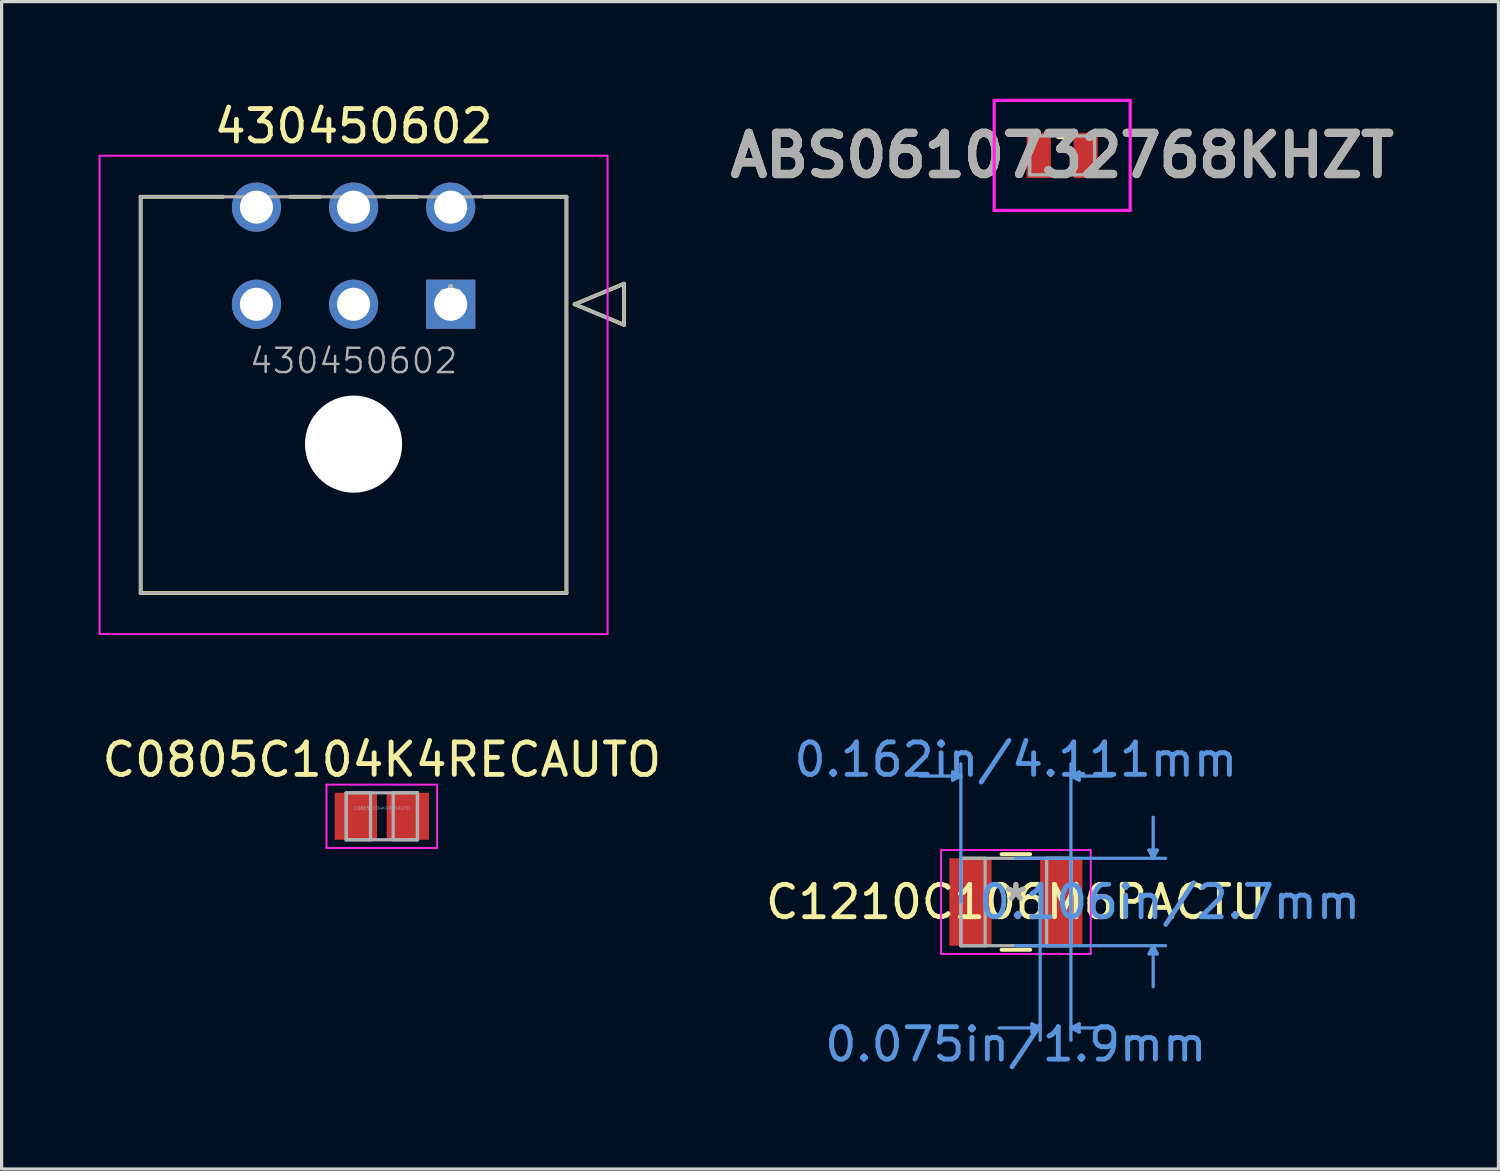
<source format=kicad_pcb>
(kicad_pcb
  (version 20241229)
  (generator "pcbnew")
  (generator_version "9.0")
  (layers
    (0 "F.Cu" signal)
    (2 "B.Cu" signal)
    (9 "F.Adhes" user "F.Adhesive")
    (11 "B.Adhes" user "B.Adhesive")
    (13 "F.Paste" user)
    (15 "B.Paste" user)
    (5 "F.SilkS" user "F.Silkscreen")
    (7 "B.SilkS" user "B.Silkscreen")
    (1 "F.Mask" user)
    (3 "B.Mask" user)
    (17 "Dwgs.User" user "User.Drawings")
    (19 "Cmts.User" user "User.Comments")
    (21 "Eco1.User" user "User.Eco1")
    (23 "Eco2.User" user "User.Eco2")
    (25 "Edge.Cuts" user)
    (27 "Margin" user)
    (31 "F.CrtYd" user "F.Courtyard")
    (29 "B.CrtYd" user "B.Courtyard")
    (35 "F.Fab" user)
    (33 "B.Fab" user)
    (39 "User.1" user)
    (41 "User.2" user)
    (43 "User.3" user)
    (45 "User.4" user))
  (footprint "ABS0610732768KHZT"
    (layer "F.Cu")
    (at 29.757 1.75)
    (property "Reference" "ABS0610732768KHZT" (at 0 0 0) (layer "F.SilkS") (effects (font (size 1.27 1.27) (thickness 0.254))))
    (attr smd)
    (fp_line (start -0.1 -0.6) (end 0.1 -0.6) (stroke (width 0.2) (type solid)) (layer "F.SilkS"))
    (fp_line (start -0.1 0.6) (end 0.1 0.6) (stroke (width 0.2) (type solid)) (layer "F.SilkS"))
    (fp_line (start -2.1 -1.7) (end 2.1 -1.7) (stroke (width 0.1) (type solid)) (layer "F.CrtYd"))
    (fp_line (start -2.1 1.7) (end -2.1 -1.7) (stroke (width 0.1) (type solid)) (layer "F.CrtYd"))
    (fp_line (start 2.1 -1.7) (end 2.1 1.7) (stroke (width 0.1) (type solid)) (layer "F.CrtYd"))
    (fp_line (start 2.1 1.7) (end -2.1 1.7) (stroke (width 0.1) (type solid)) (layer "F.CrtYd"))
    (fp_line (start -1 -0.6) (end 1 -0.6) (stroke (width 0.1) (type solid)) (layer "F.Fab"))
    (fp_line (start -1 0.6) (end -1 -0.6) (stroke (width 0.1) (type solid)) (layer "F.Fab"))
    (fp_line (start 1 -0.6) (end 1 0.6) (stroke (width 0.1) (type solid)) (layer "F.Fab"))
    (fp_line (start 1 0.6) (end -1 0.6) (stroke (width 0.1) (type solid)) (layer "F.Fab"))
    (fp_text user "${REFERENCE}" (at 0 0 0) (layer "F.Fab") (effects (font (size 1.27 1.27) (thickness 0.254))))
    (pad "1" smd rect (at -0.725 0) (size 0.75 1.4) (layers "F.Cu" "F.Mask" "F.Paste"))
    (pad "2" smd rect (at 0.725 0) (size 0.75 1.4) (layers "F.Cu" "F.Mask" "F.Paste")))
  (footprint "C1210C106M6PACTU"
    (layer "F.Cu")
    (at 28.327 24.809)
    (property "Reference" "C1210C106M6PACTU" (at 0 0 0) (layer "F.SilkS") (effects (font (size 1 1) (thickness 0.15))))
    (attr through_hole)
    (fp_line (start -0.442 1.477) (end 0.442 1.477) (stroke (width 0.12) (type solid)) (layer "F.SilkS"))
    (fp_line (start 0.442 -1.477) (end -0.442 -1.477) (stroke (width 0.12) (type solid)) (layer "F.SilkS"))
    (fp_line (start -1.954 -4.017) (end -1.954 -3.763) (stroke (width 0.1) (type solid)) (layer "Cmts.User"))
    (fp_line (start -1.7 -3.89) (end -2.97 -3.89) (stroke (width 0.1) (type solid)) (layer "Cmts.User"))
    (fp_line (start -1.7 -3.89) (end -1.954 -4.017) (stroke (width 0.1) (type solid)) (layer "Cmts.User"))
    (fp_line (start -1.7 -3.89) (end -1.954 -3.763) (stroke (width 0.1) (type solid)) (layer "Cmts.User"))
    (fp_line (start -1.7 0) (end -1.7 -4.271) (stroke (width 0.1) (type solid)) (layer "Cmts.User"))
    (fp_line (start 0 -1.35) (end 4.621 -1.35) (stroke (width 0.1) (type solid)) (layer "Cmts.User"))
    (fp_line (start 0 1.35) (end 4.621 1.35) (stroke (width 0.1) (type solid)) (layer "Cmts.User"))
    (fp_line (start 0.496 3.763) (end 0.496 4.017) (stroke (width 0.1) (type solid)) (layer "Cmts.User"))
    (fp_line (start 0.75 0) (end 0.75 4.271) (stroke (width 0.1) (type solid)) (layer "Cmts.User"))
    (fp_line (start 0.75 3.89) (end -0.52 3.89) (stroke (width 0.1) (type solid)) (layer "Cmts.User"))
    (fp_line (start 0.75 3.89) (end 0.496 3.763) (stroke (width 0.1) (type solid)) (layer "Cmts.User"))
    (fp_line (start 0.75 3.89) (end 0.496 4.017) (stroke (width 0.1) (type solid)) (layer "Cmts.User"))
    (fp_line (start 1.7 -3.89) (end 1.954 -4.017) (stroke (width 0.1) (type solid)) (layer "Cmts.User"))
    (fp_line (start 1.7 -3.89) (end 1.954 -3.763) (stroke (width 0.1) (type solid)) (layer "Cmts.User"))
    (fp_line (start 1.7 -3.89) (end 2.97 -3.89) (stroke (width 0.1) (type solid)) (layer "Cmts.User"))
    (fp_line (start 1.7 0) (end 1.7 -4.271) (stroke (width 0.1) (type solid)) (layer "Cmts.User"))
    (fp_line (start 1.7 0) (end 1.7 4.271) (stroke (width 0.1) (type solid)) (layer "Cmts.User"))
    (fp_line (start 1.7 3.89) (end 1.954 3.763) (stroke (width 0.1) (type solid)) (layer "Cmts.User"))
    (fp_line (start 1.7 3.89) (end 1.954 4.017) (stroke (width 0.1) (type solid)) (layer "Cmts.User"))
    (fp_line (start 1.7 3.89) (end 2.97 3.89) (stroke (width 0.1) (type solid)) (layer "Cmts.User"))
    (fp_line (start 1.954 -4.017) (end 1.954 -3.763) (stroke (width 0.1) (type solid)) (layer "Cmts.User"))
    (fp_line (start 1.954 3.763) (end 1.954 4.017) (stroke (width 0.1) (type solid)) (layer "Cmts.User"))
    (fp_line (start 4.113 -1.604) (end 4.367 -1.604) (stroke (width 0.1) (type solid)) (layer "Cmts.User"))
    (fp_line (start 4.113 1.604) (end 4.367 1.604) (stroke (width 0.1) (type solid)) (layer "Cmts.User"))
    (fp_line (start 4.24 -1.35) (end 4.113 -1.604) (stroke (width 0.1) (type solid)) (layer "Cmts.User"))
    (fp_line (start 4.24 -1.35) (end 4.24 -2.62) (stroke (width 0.1) (type solid)) (layer "Cmts.User"))
    (fp_line (start 4.24 -1.35) (end 4.367 -1.604) (stroke (width 0.1) (type solid)) (layer "Cmts.User"))
    (fp_line (start 4.24 1.35) (end 4.113 1.604) (stroke (width 0.1) (type solid)) (layer "Cmts.User"))
    (fp_line (start 4.24 1.35) (end 4.24 2.62) (stroke (width 0.1) (type solid)) (layer "Cmts.User"))
    (fp_line (start 4.24 1.35) (end 4.367 1.604) (stroke (width 0.1) (type solid)) (layer "Cmts.User"))
    (fp_line (start -2.31 -1.604) (end 2.31 -1.604) (stroke (width 0.05) (type solid)) (layer "F.CrtYd"))
    (fp_line (start -2.31 -1.604) (end 2.31 -1.604) (stroke (width 0.05) (type solid)) (layer "F.CrtYd"))
    (fp_line (start -2.31 1.604) (end -2.31 -1.604) (stroke (width 0.05) (type solid)) (layer "F.CrtYd"))
    (fp_line (start -2.31 1.604) (end -2.31 -1.604) (stroke (width 0.05) (type solid)) (layer "F.CrtYd"))
    (fp_line (start 2.31 -1.604) (end 2.31 1.604) (stroke (width 0.05) (type solid)) (layer "F.CrtYd"))
    (fp_line (start 2.31 -1.604) (end 2.31 1.604) (stroke (width 0.05) (type solid)) (layer "F.CrtYd"))
    (fp_line (start 2.31 1.604) (end -2.31 1.604) (stroke (width 0.05) (type solid)) (layer "F.CrtYd"))
    (fp_line (start 2.31 1.604) (end -2.31 1.604) (stroke (width 0.05) (type solid)) (layer "F.CrtYd"))
    (fp_line (start -1.7 -1.35) (end -1.7 1.35) (stroke (width 0.1) (type solid)) (layer "F.Fab"))
    (fp_line (start -1.7 -1.35) (end -1.7 1.35) (stroke (width 0.1) (type solid)) (layer "F.Fab"))
    (fp_line (start -1.7 1.35) (end -0.95 1.35) (stroke (width 0.1) (type solid)) (layer "F.Fab"))
    (fp_line (start -1.7 1.35) (end 1.7 1.35) (stroke (width 0.1) (type solid)) (layer "F.Fab"))
    (fp_line (start -0.95 -1.35) (end -1.7 -1.35) (stroke (width 0.1) (type solid)) (layer "F.Fab"))
    (fp_line (start -0.95 1.35) (end -0.95 -1.35) (stroke (width 0.1) (type solid)) (layer "F.Fab"))
    (fp_line (start 0.95 -1.35) (end 0.95 1.35) (stroke (width 0.1) (type solid)) (layer "F.Fab"))
    (fp_line (start 0.95 1.35) (end 1.7 1.35) (stroke (width 0.1) (type solid)) (layer "F.Fab"))
    (fp_line (start 1.7 -1.35) (end -1.7 -1.35) (stroke (width 0.1) (type solid)) (layer "F.Fab"))
    (fp_line (start 1.7 -1.35) (end 0.95 -1.35) (stroke (width 0.1) (type solid)) (layer "F.Fab"))
    (fp_line (start 1.7 1.35) (end 1.7 -1.35) (stroke (width 0.1) (type solid)) (layer "F.Fab"))
    (fp_line (start 1.7 1.35) (end 1.7 -1.35) (stroke (width 0.1) (type solid)) (layer "F.Fab"))
    (fp_text user "*" (at 0 0 0) (layer "F.SilkS") (effects (font (size 1 1) (thickness 0.15))))
    (fp_text user "0.106in/2.7mm" (at 4.748 0 0) (layer "Cmts.User") (effects (font (size 1 1) (thickness 0.15))))
    (fp_text user "0.075in/1.9mm" (at 0 4.398 0) (layer "Cmts.User") (effects (font (size 1 1) (thickness 0.15))))
    (fp_text user "0.162in/4.111mm" (at 0 -4.398 0) (layer "Cmts.User") (effects (font (size 1 1) (thickness 0.15))))
    (fp_text user "*" (at 0 0 0) (layer "F.Fab") (effects (font (size 1 1) (thickness 0.15))))
    (pad "1" smd rect (at -1.403 0) (size 1.306 2.7) (layers "F.Cu" "F.Mask" "F.Paste"))
    (pad "2" smd rect (at 1.403 0) (size 1.306 2.7) (layers "F.Cu" "F.Mask" "F.Paste")))
  (footprint "430450602"
    (layer "F.Cu")
    (at 10.87 6.348)
    (property "Reference" "430450602" (at -3 -5.5 0) (layer "F.SilkS") (effects (font (size 1 1) (thickness 0.15))))
    (attr through_hole)
    (fp_line (start -9.575 -3.32) (end -9.575 8.92) (stroke (width 0.12) (type solid)) (layer "F.SilkS"))
    (fp_line (start -9.575 8.92) (end 3.575 8.92) (stroke (width 0.12) (type solid)) (layer "F.SilkS"))
    (fp_line (start -7.032 -3.32) (end -9.575 -3.32) (stroke (width 0.12) (type solid)) (layer "F.SilkS"))
    (fp_line (start -4.032 -3.32) (end -4.968 -3.32) (stroke (width 0.12) (type solid)) (layer "F.SilkS"))
    (fp_line (start -1.032 -3.32) (end -1.968 -3.32) (stroke (width 0.12) (type solid)) (layer "F.SilkS"))
    (fp_line (start 3.575 -3.32) (end 1.032 -3.32) (stroke (width 0.12) (type solid)) (layer "F.SilkS"))
    (fp_line (start 3.575 8.92) (end 3.575 -3.32) (stroke (width 0.12) (type solid)) (layer "F.SilkS"))
    (fp_line (start 3.829 0) (end 5.353 -0.635) (stroke (width 0.12) (type solid)) (layer "F.SilkS"))
    (fp_line (start 5.353 -0.635) (end 5.353 0.635) (stroke (width 0.12) (type solid)) (layer "F.SilkS"))
    (fp_line (start 5.353 0.635) (end 3.829 0) (stroke (width 0.12) (type solid)) (layer "F.SilkS"))
    (fp_line (start -10.845 -4.59) (end -10.845 10.19) (stroke (width 0.05) (type solid)) (layer "F.CrtYd"))
    (fp_line (start -10.845 -4.59) (end -10.845 10.19) (stroke (width 0.05) (type solid)) (layer "F.CrtYd"))
    (fp_line (start -10.845 10.19) (end 4.845 10.19) (stroke (width 0.05) (type solid)) (layer "F.CrtYd"))
    (fp_line (start -10.845 10.19) (end 4.845 10.19) (stroke (width 0.05) (type solid)) (layer "F.CrtYd"))
    (fp_line (start 4.845 -4.59) (end -10.845 -4.59) (stroke (width 0.05) (type solid)) (layer "F.CrtYd"))
    (fp_line (start 4.845 -4.59) (end -10.845 -4.59) (stroke (width 0.05) (type solid)) (layer "F.CrtYd"))
    (fp_line (start 4.845 10.19) (end 4.845 -4.59) (stroke (width 0.05) (type solid)) (layer "F.CrtYd"))
    (fp_line (start 4.845 10.19) (end 4.845 -4.59) (stroke (width 0.05) (type solid)) (layer "F.CrtYd"))
    (fp_line (start -9.575 -3.32) (end -9.575 8.92) (stroke (width 0.1) (type solid)) (layer "F.Fab"))
    (fp_line (start -9.575 8.92) (end 3.575 8.92) (stroke (width 0.1) (type solid)) (layer "F.Fab"))
    (fp_line (start 3.575 -3.32) (end -9.575 -3.32) (stroke (width 0.1) (type solid)) (layer "F.Fab"))
    (fp_line (start 3.575 8.92) (end 3.575 -3.32) (stroke (width 0.1) (type solid)) (layer "F.Fab"))
    (fp_line (start 3.829 0) (end 5.353 -0.635) (stroke (width 0.1) (type solid)) (layer "F.Fab"))
    (fp_line (start 5.353 -0.635) (end 5.353 0.635) (stroke (width 0.1) (type solid)) (layer "F.Fab"))
    (fp_line (start 5.353 0.635) (end 3.829 0) (stroke (width 0.1) (type solid)) (layer "F.Fab"))
    (fp_text user "*" (at 0 0 0) (layer "F.SilkS") (effects (font (size 1 1) (thickness 0.15))))
    (fp_text user "*" (at 0 0 0) (layer "F.Fab") (effects (font (size 1 1) (thickness 0.15))))
    (fp_text user "${REFERENCE}" (at -3 1.75 0) (layer "F.Fab") (effects (font (size 0.75 0.75) (thickness 0.075))))
    (pad "" np_thru_hole circle (at -3 4.32) (size 3 3) (drill 3) (layers "*.Cu" "*.Mask"))
    (pad "1" thru_hole rect (at 0 0) (size 1.52 1.52) (drill 1.02) (layers "*.Cu" "*.Mask"))
    (pad "2" thru_hole circle (at -3 0) (size 1.52 1.52) (drill 1.02) (layers "*.Cu" "*.Mask"))
    (pad "3" thru_hole circle (at -6 0) (size 1.52 1.52) (drill 1.02) (layers "*.Cu" "*.Mask"))
    (pad "4" thru_hole circle (at 0 -3) (size 1.52 1.52) (drill 1.02) (layers "*.Cu" "*.Mask"))
    (pad "5" thru_hole circle (at -3 -3) (size 1.52 1.52) (drill 1.02) (layers "*.Cu" "*.Mask"))
    (pad "6" thru_hole circle (at -6 -3) (size 1.52 1.52) (drill 1.02) (layers "*.Cu" "*.Mask")))
  (footprint "C0805C104K4RECAUTO"
    (layer "F.Cu")
    (at 8.744 22.162)
    (property "Reference" "C0805C104K4RECAUTO" (at 0 -1.75 0) (layer "F.SilkS") (effects (font (size 1 1) (thickness 0.15))))
    (attr through_hole)
    (fp_line (start -1.71 -0.979) (end 1.71 -0.979) (stroke (width 0.05) (type solid)) (layer "F.CrtYd"))
    (fp_line (start -1.71 -0.979) (end 1.71 -0.979) (stroke (width 0.05) (type solid)) (layer "F.CrtYd"))
    (fp_line (start -1.71 0.979) (end -1.71 -0.979) (stroke (width 0.05) (type solid)) (layer "F.CrtYd"))
    (fp_line (start -1.71 0.979) (end -1.71 -0.979) (stroke (width 0.05) (type solid)) (layer "F.CrtYd"))
    (fp_line (start 1.71 -0.979) (end 1.71 0.979) (stroke (width 0.05) (type solid)) (layer "F.CrtYd"))
    (fp_line (start 1.71 -0.979) (end 1.71 0.979) (stroke (width 0.05) (type solid)) (layer "F.CrtYd"))
    (fp_line (start 1.71 0.979) (end -1.71 0.979) (stroke (width 0.05) (type solid)) (layer "F.CrtYd"))
    (fp_line (start 1.71 0.979) (end -1.71 0.979) (stroke (width 0.05) (type solid)) (layer "F.CrtYd"))
    (fp_line (start -1.1 -0.725) (end -1.1 0.725) (stroke (width 0.1) (type solid)) (layer "F.Fab"))
    (fp_line (start -1.1 -0.725) (end -1.1 0.725) (stroke (width 0.1) (type solid)) (layer "F.Fab"))
    (fp_line (start -1.1 0.725) (end -0.35 0.725) (stroke (width 0.1) (type solid)) (layer "F.Fab"))
    (fp_line (start -1.1 0.725) (end 1.1 0.725) (stroke (width 0.1) (type solid)) (layer "F.Fab"))
    (fp_line (start -0.35 -0.725) (end -1.1 -0.725) (stroke (width 0.1) (type solid)) (layer "F.Fab"))
    (fp_line (start -0.35 0.725) (end -0.35 -0.725) (stroke (width 0.1) (type solid)) (layer "F.Fab"))
    (fp_line (start 0.35 -0.725) (end 0.35 0.725) (stroke (width 0.1) (type solid)) (layer "F.Fab"))
    (fp_line (start 0.35 0.725) (end 1.1 0.725) (stroke (width 0.1) (type solid)) (layer "F.Fab"))
    (fp_line (start 1.1 -0.725) (end -1.1 -0.725) (stroke (width 0.1) (type solid)) (layer "F.Fab"))
    (fp_line (start 1.1 -0.725) (end 0.35 -0.725) (stroke (width 0.1) (type solid)) (layer "F.Fab"))
    (fp_line (start 1.1 0.725) (end 1.1 -0.725) (stroke (width 0.1) (type solid)) (layer "F.Fab"))
    (fp_line (start 1.1 0.725) (end 1.1 -0.725) (stroke (width 0.1) (type solid)) (layer "F.Fab"))
    (fp_text user "${REFERENCE}" (at 0 -0.25 0) (layer "F.Fab") (effects (font (size 0.1 0.1) (thickness 0.01))))
    (pad "1" smd rect (at -0.803 0) (size 1.306 1.45) (layers "F.Cu" "F.Mask" "F.Paste"))
    (pad "2" smd rect (at 0.803 0) (size 1.306 1.45) (layers "F.Cu" "F.Mask" "F.Paste")))
  (gr_rect
    (start -3 -3)
    (end 43.232 33.056)
    (stroke (width 0.1) (type default))
    (fill no)
    (layer "Edge.Cuts")))
</source>
